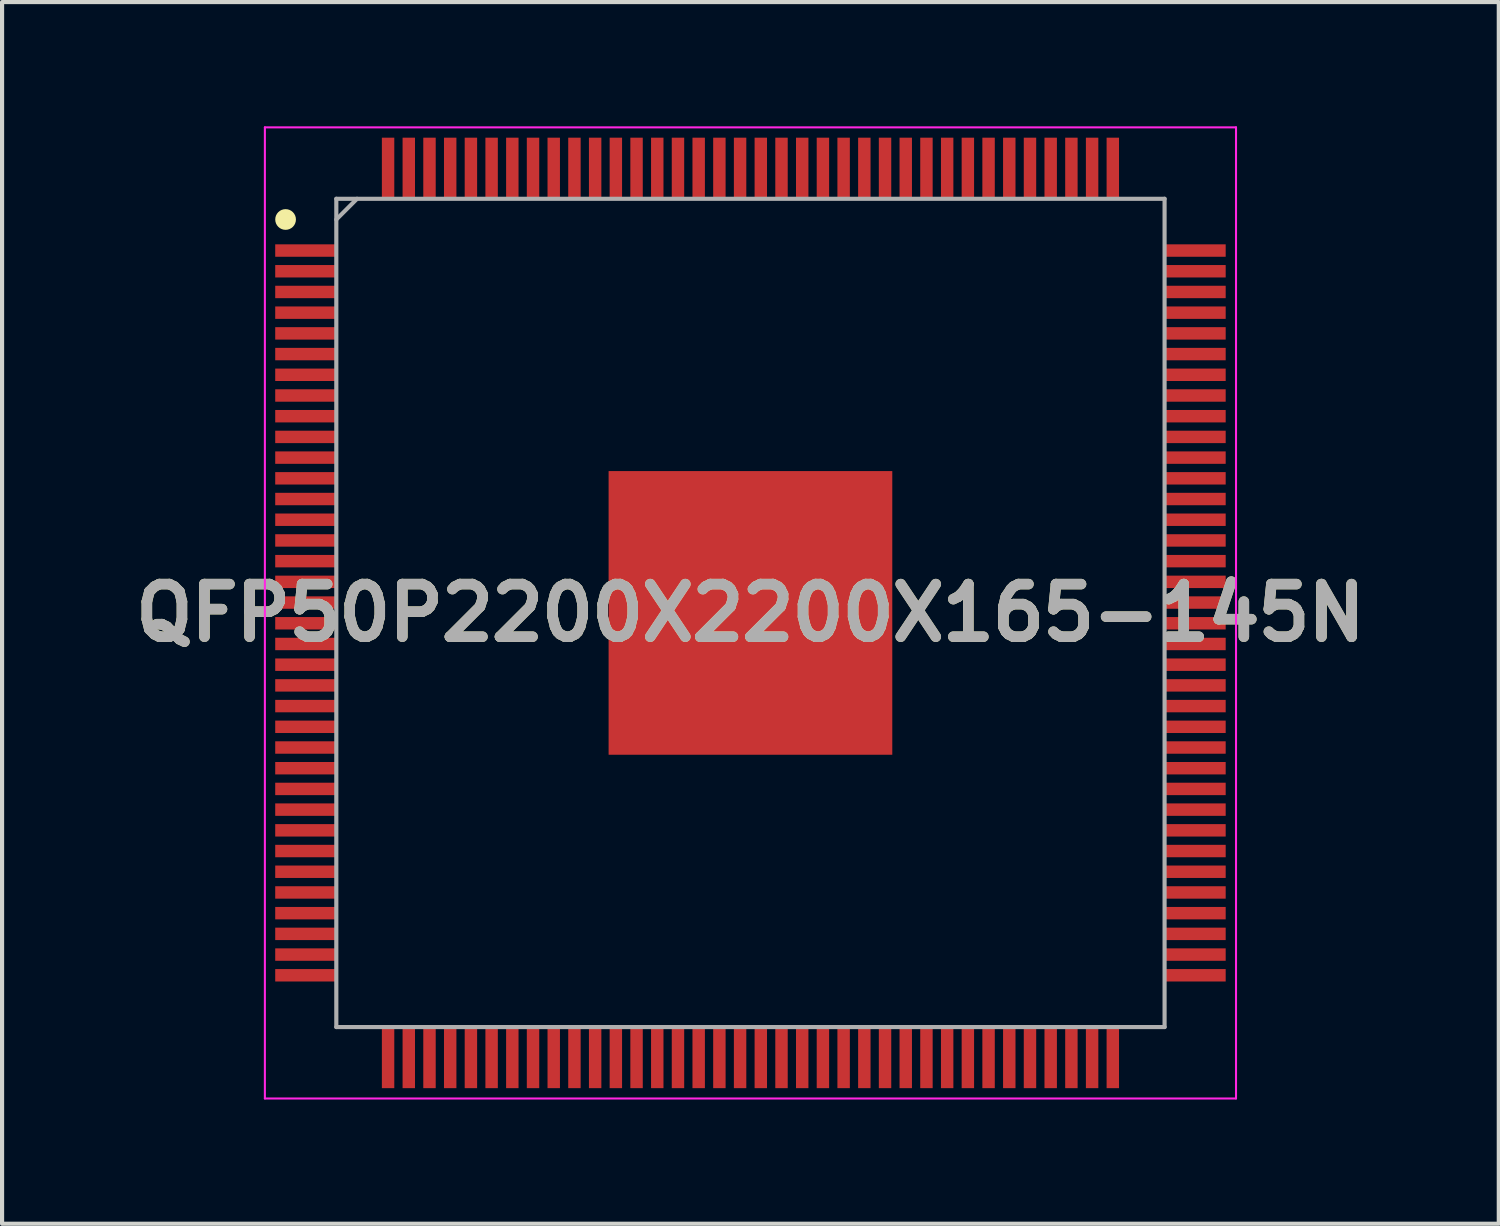
<source format=kicad_pcb>
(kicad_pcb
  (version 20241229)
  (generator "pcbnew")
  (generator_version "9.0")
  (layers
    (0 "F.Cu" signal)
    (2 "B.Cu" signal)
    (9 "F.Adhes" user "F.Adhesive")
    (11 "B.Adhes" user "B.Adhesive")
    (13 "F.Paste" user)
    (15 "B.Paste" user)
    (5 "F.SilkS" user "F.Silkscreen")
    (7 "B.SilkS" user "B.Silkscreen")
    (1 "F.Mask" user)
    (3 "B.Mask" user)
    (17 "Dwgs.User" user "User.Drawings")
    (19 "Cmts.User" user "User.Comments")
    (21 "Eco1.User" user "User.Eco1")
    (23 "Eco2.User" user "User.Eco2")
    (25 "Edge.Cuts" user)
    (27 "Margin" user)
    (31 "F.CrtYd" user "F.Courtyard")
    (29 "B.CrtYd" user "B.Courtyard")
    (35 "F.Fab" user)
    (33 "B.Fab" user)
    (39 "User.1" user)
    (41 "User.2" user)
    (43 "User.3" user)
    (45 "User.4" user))
  (footprint "QFP50P2200X2200X165-145N"
    (layer "F.Cu")
    (at 15.071 11.75)
    (property "Reference" "QFP50P2200X2200X165-145N" (at 0 0 0) (layer "F.SilkS") (effects (font (size 1.27 1.27) (thickness 0.254))))
    (attr smd)
    (fp_circle (center -11.225 -9.5) (end -11.225 -9.375) (stroke (width 0.25) (type solid)) (fill no) (layer "F.SilkS"))
    (fp_line (start -11.725 -11.725) (end 11.725 -11.725) (stroke (width 0.05) (type solid)) (layer "F.CrtYd"))
    (fp_line (start -11.725 11.725) (end -11.725 -11.725) (stroke (width 0.05) (type solid)) (layer "F.CrtYd"))
    (fp_line (start 11.725 -11.725) (end 11.725 11.725) (stroke (width 0.05) (type solid)) (layer "F.CrtYd"))
    (fp_line (start 11.725 11.725) (end -11.725 11.725) (stroke (width 0.05) (type solid)) (layer "F.CrtYd"))
    (fp_line (start -10 -10) (end 10 -10) (stroke (width 0.1) (type solid)) (layer "F.Fab"))
    (fp_line (start -10 -9.5) (end -9.5 -10) (stroke (width 0.1) (type solid)) (layer "F.Fab"))
    (fp_line (start -10 10) (end -10 -10) (stroke (width 0.1) (type solid)) (layer "F.Fab"))
    (fp_line (start 10 -10) (end 10 10) (stroke (width 0.1) (type solid)) (layer "F.Fab"))
    (fp_line (start 10 10) (end -10 10) (stroke (width 0.1) (type solid)) (layer "F.Fab"))
    (fp_text user "${REFERENCE}" (at 0 0 0) (layer "F.Fab") (effects (font (size 1.27 1.27) (thickness 0.254))))
    (pad "1" smd rect (at -10.738 -8.75 90) (size 0.3 1.475) (layers "F.Cu" "F.Mask" "F.Paste"))
    (pad "2" smd rect (at -10.738 -8.25 90) (size 0.3 1.475) (layers "F.Cu" "F.Mask" "F.Paste"))
    (pad "3" smd rect (at -10.738 -7.75 90) (size 0.3 1.475) (layers "F.Cu" "F.Mask" "F.Paste"))
    (pad "4" smd rect (at -10.738 -7.25 90) (size 0.3 1.475) (layers "F.Cu" "F.Mask" "F.Paste"))
    (pad "5" smd rect (at -10.738 -6.75 90) (size 0.3 1.475) (layers "F.Cu" "F.Mask" "F.Paste"))
    (pad "6" smd rect (at -10.738 -6.25 90) (size 0.3 1.475) (layers "F.Cu" "F.Mask" "F.Paste"))
    (pad "7" smd rect (at -10.738 -5.75 90) (size 0.3 1.475) (layers "F.Cu" "F.Mask" "F.Paste"))
    (pad "8" smd rect (at -10.738 -5.25 90) (size 0.3 1.475) (layers "F.Cu" "F.Mask" "F.Paste"))
    (pad "9" smd rect (at -10.738 -4.75 90) (size 0.3 1.475) (layers "F.Cu" "F.Mask" "F.Paste"))
    (pad "10" smd rect (at -10.738 -4.25 90) (size 0.3 1.475) (layers "F.Cu" "F.Mask" "F.Paste"))
    (pad "11" smd rect (at -10.738 -3.75 90) (size 0.3 1.475) (layers "F.Cu" "F.Mask" "F.Paste"))
    (pad "12" smd rect (at -10.738 -3.25 90) (size 0.3 1.475) (layers "F.Cu" "F.Mask" "F.Paste"))
    (pad "13" smd rect (at -10.738 -2.75 90) (size 0.3 1.475) (layers "F.Cu" "F.Mask" "F.Paste"))
    (pad "14" smd rect (at -10.738 -2.25 90) (size 0.3 1.475) (layers "F.Cu" "F.Mask" "F.Paste"))
    (pad "15" smd rect (at -10.738 -1.75 90) (size 0.3 1.475) (layers "F.Cu" "F.Mask" "F.Paste"))
    (pad "16" smd rect (at -10.738 -1.25 90) (size 0.3 1.475) (layers "F.Cu" "F.Mask" "F.Paste"))
    (pad "17" smd rect (at -10.738 -0.75 90) (size 0.3 1.475) (layers "F.Cu" "F.Mask" "F.Paste"))
    (pad "18" smd rect (at -10.738 -0.25 90) (size 0.3 1.475) (layers "F.Cu" "F.Mask" "F.Paste"))
    (pad "19" smd rect (at -10.738 0.25 90) (size 0.3 1.475) (layers "F.Cu" "F.Mask" "F.Paste"))
    (pad "20" smd rect (at -10.738 0.75 90) (size 0.3 1.475) (layers "F.Cu" "F.Mask" "F.Paste"))
    (pad "21" smd rect (at -10.738 1.25 90) (size 0.3 1.475) (layers "F.Cu" "F.Mask" "F.Paste"))
    (pad "22" smd rect (at -10.738 1.75 90) (size 0.3 1.475) (layers "F.Cu" "F.Mask" "F.Paste"))
    (pad "23" smd rect (at -10.738 2.25 90) (size 0.3 1.475) (layers "F.Cu" "F.Mask" "F.Paste"))
    (pad "24" smd rect (at -10.738 2.75 90) (size 0.3 1.475) (layers "F.Cu" "F.Mask" "F.Paste"))
    (pad "25" smd rect (at -10.738 3.25 90) (size 0.3 1.475) (layers "F.Cu" "F.Mask" "F.Paste"))
    (pad "26" smd rect (at -10.738 3.75 90) (size 0.3 1.475) (layers "F.Cu" "F.Mask" "F.Paste"))
    (pad "27" smd rect (at -10.738 4.25 90) (size 0.3 1.475) (layers "F.Cu" "F.Mask" "F.Paste"))
    (pad "28" smd rect (at -10.738 4.75 90) (size 0.3 1.475) (layers "F.Cu" "F.Mask" "F.Paste"))
    (pad "29" smd rect (at -10.738 5.25 90) (size 0.3 1.475) (layers "F.Cu" "F.Mask" "F.Paste"))
    (pad "30" smd rect (at -10.738 5.75 90) (size 0.3 1.475) (layers "F.Cu" "F.Mask" "F.Paste"))
    (pad "31" smd rect (at -10.738 6.25 90) (size 0.3 1.475) (layers "F.Cu" "F.Mask" "F.Paste"))
    (pad "32" smd rect (at -10.738 6.75 90) (size 0.3 1.475) (layers "F.Cu" "F.Mask" "F.Paste"))
    (pad "33" smd rect (at -10.738 7.25 90) (size 0.3 1.475) (layers "F.Cu" "F.Mask" "F.Paste"))
    (pad "34" smd rect (at -10.738 7.75 90) (size 0.3 1.475) (layers "F.Cu" "F.Mask" "F.Paste"))
    (pad "35" smd rect (at -10.738 8.25 90) (size 0.3 1.475) (layers "F.Cu" "F.Mask" "F.Paste"))
    (pad "36" smd rect (at -10.738 8.75 90) (size 0.3 1.475) (layers "F.Cu" "F.Mask" "F.Paste"))
    (pad "37" smd rect (at -8.75 10.738) (size 0.3 1.475) (layers "F.Cu" "F.Mask" "F.Paste"))
    (pad "38" smd rect (at -8.25 10.738) (size 0.3 1.475) (layers "F.Cu" "F.Mask" "F.Paste"))
    (pad "39" smd rect (at -7.75 10.738) (size 0.3 1.475) (layers "F.Cu" "F.Mask" "F.Paste"))
    (pad "40" smd rect (at -7.25 10.738) (size 0.3 1.475) (layers "F.Cu" "F.Mask" "F.Paste"))
    (pad "41" smd rect (at -6.75 10.738) (size 0.3 1.475) (layers "F.Cu" "F.Mask" "F.Paste"))
    (pad "42" smd rect (at -6.25 10.738) (size 0.3 1.475) (layers "F.Cu" "F.Mask" "F.Paste"))
    (pad "43" smd rect (at -5.75 10.738) (size 0.3 1.475) (layers "F.Cu" "F.Mask" "F.Paste"))
    (pad "44" smd rect (at -5.25 10.738) (size 0.3 1.475) (layers "F.Cu" "F.Mask" "F.Paste"))
    (pad "45" smd rect (at -4.75 10.738) (size 0.3 1.475) (layers "F.Cu" "F.Mask" "F.Paste"))
    (pad "46" smd rect (at -4.25 10.738) (size 0.3 1.475) (layers "F.Cu" "F.Mask" "F.Paste"))
    (pad "47" smd rect (at -3.75 10.738) (size 0.3 1.475) (layers "F.Cu" "F.Mask" "F.Paste"))
    (pad "48" smd rect (at -3.25 10.738) (size 0.3 1.475) (layers "F.Cu" "F.Mask" "F.Paste"))
    (pad "49" smd rect (at -2.75 10.738) (size 0.3 1.475) (layers "F.Cu" "F.Mask" "F.Paste"))
    (pad "50" smd rect (at -2.25 10.738) (size 0.3 1.475) (layers "F.Cu" "F.Mask" "F.Paste"))
    (pad "51" smd rect (at -1.75 10.738) (size 0.3 1.475) (layers "F.Cu" "F.Mask" "F.Paste"))
    (pad "52" smd rect (at -1.25 10.738) (size 0.3 1.475) (layers "F.Cu" "F.Mask" "F.Paste"))
    (pad "53" smd rect (at -0.75 10.738) (size 0.3 1.475) (layers "F.Cu" "F.Mask" "F.Paste"))
    (pad "54" smd rect (at -0.25 10.738) (size 0.3 1.475) (layers "F.Cu" "F.Mask" "F.Paste"))
    (pad "55" smd rect (at 0.25 10.738) (size 0.3 1.475) (layers "F.Cu" "F.Mask" "F.Paste"))
    (pad "56" smd rect (at 0.75 10.738) (size 0.3 1.475) (layers "F.Cu" "F.Mask" "F.Paste"))
    (pad "57" smd rect (at 1.25 10.738) (size 0.3 1.475) (layers "F.Cu" "F.Mask" "F.Paste"))
    (pad "58" smd rect (at 1.75 10.738) (size 0.3 1.475) (layers "F.Cu" "F.Mask" "F.Paste"))
    (pad "59" smd rect (at 2.25 10.738) (size 0.3 1.475) (layers "F.Cu" "F.Mask" "F.Paste"))
    (pad "60" smd rect (at 2.75 10.738) (size 0.3 1.475) (layers "F.Cu" "F.Mask" "F.Paste"))
    (pad "61" smd rect (at 3.25 10.738) (size 0.3 1.475) (layers "F.Cu" "F.Mask" "F.Paste"))
    (pad "62" smd rect (at 3.75 10.738) (size 0.3 1.475) (layers "F.Cu" "F.Mask" "F.Paste"))
    (pad "63" smd rect (at 4.25 10.738) (size 0.3 1.475) (layers "F.Cu" "F.Mask" "F.Paste"))
    (pad "64" smd rect (at 4.75 10.738) (size 0.3 1.475) (layers "F.Cu" "F.Mask" "F.Paste"))
    (pad "65" smd rect (at 5.25 10.738) (size 0.3 1.475) (layers "F.Cu" "F.Mask" "F.Paste"))
    (pad "66" smd rect (at 5.75 10.738) (size 0.3 1.475) (layers "F.Cu" "F.Mask" "F.Paste"))
    (pad "67" smd rect (at 6.25 10.738) (size 0.3 1.475) (layers "F.Cu" "F.Mask" "F.Paste"))
    (pad "68" smd rect (at 6.75 10.738) (size 0.3 1.475) (layers "F.Cu" "F.Mask" "F.Paste"))
    (pad "69" smd rect (at 7.25 10.738) (size 0.3 1.475) (layers "F.Cu" "F.Mask" "F.Paste"))
    (pad "70" smd rect (at 7.75 10.738) (size 0.3 1.475) (layers "F.Cu" "F.Mask" "F.Paste"))
    (pad "71" smd rect (at 8.25 10.738) (size 0.3 1.475) (layers "F.Cu" "F.Mask" "F.Paste"))
    (pad "72" smd rect (at 8.75 10.738) (size 0.3 1.475) (layers "F.Cu" "F.Mask" "F.Paste"))
    (pad "73" smd rect (at 10.738 8.75 90) (size 0.3 1.475) (layers "F.Cu" "F.Mask" "F.Paste"))
    (pad "74" smd rect (at 10.738 8.25 90) (size 0.3 1.475) (layers "F.Cu" "F.Mask" "F.Paste"))
    (pad "75" smd rect (at 10.738 7.75 90) (size 0.3 1.475) (layers "F.Cu" "F.Mask" "F.Paste"))
    (pad "76" smd rect (at 10.738 7.25 90) (size 0.3 1.475) (layers "F.Cu" "F.Mask" "F.Paste"))
    (pad "77" smd rect (at 10.738 6.75 90) (size 0.3 1.475) (layers "F.Cu" "F.Mask" "F.Paste"))
    (pad "78" smd rect (at 10.738 6.25 90) (size 0.3 1.475) (layers "F.Cu" "F.Mask" "F.Paste"))
    (pad "79" smd rect (at 10.738 5.75 90) (size 0.3 1.475) (layers "F.Cu" "F.Mask" "F.Paste"))
    (pad "80" smd rect (at 10.738 5.25 90) (size 0.3 1.475) (layers "F.Cu" "F.Mask" "F.Paste"))
    (pad "81" smd rect (at 10.738 4.75 90) (size 0.3 1.475) (layers "F.Cu" "F.Mask" "F.Paste"))
    (pad "82" smd rect (at 10.738 4.25 90) (size 0.3 1.475) (layers "F.Cu" "F.Mask" "F.Paste"))
    (pad "83" smd rect (at 10.738 3.75 90) (size 0.3 1.475) (layers "F.Cu" "F.Mask" "F.Paste"))
    (pad "84" smd rect (at 10.738 3.25 90) (size 0.3 1.475) (layers "F.Cu" "F.Mask" "F.Paste"))
    (pad "85" smd rect (at 10.738 2.75 90) (size 0.3 1.475) (layers "F.Cu" "F.Mask" "F.Paste"))
    (pad "86" smd rect (at 10.738 2.25 90) (size 0.3 1.475) (layers "F.Cu" "F.Mask" "F.Paste"))
    (pad "87" smd rect (at 10.738 1.75 90) (size 0.3 1.475) (layers "F.Cu" "F.Mask" "F.Paste"))
    (pad "88" smd rect (at 10.738 1.25 90) (size 0.3 1.475) (layers "F.Cu" "F.Mask" "F.Paste"))
    (pad "89" smd rect (at 10.738 0.75 90) (size 0.3 1.475) (layers "F.Cu" "F.Mask" "F.Paste"))
    (pad "90" smd rect (at 10.738 0.25 90) (size 0.3 1.475) (layers "F.Cu" "F.Mask" "F.Paste"))
    (pad "91" smd rect (at 10.738 -0.25 90) (size 0.3 1.475) (layers "F.Cu" "F.Mask" "F.Paste"))
    (pad "92" smd rect (at 10.738 -0.75 90) (size 0.3 1.475) (layers "F.Cu" "F.Mask" "F.Paste"))
    (pad "93" smd rect (at 10.738 -1.25 90) (size 0.3 1.475) (layers "F.Cu" "F.Mask" "F.Paste"))
    (pad "94" smd rect (at 10.738 -1.75 90) (size 0.3 1.475) (layers "F.Cu" "F.Mask" "F.Paste"))
    (pad "95" smd rect (at 10.738 -2.25 90) (size 0.3 1.475) (layers "F.Cu" "F.Mask" "F.Paste"))
    (pad "96" smd rect (at 10.738 -2.75 90) (size 0.3 1.475) (layers "F.Cu" "F.Mask" "F.Paste"))
    (pad "97" smd rect (at 10.738 -3.25 90) (size 0.3 1.475) (layers "F.Cu" "F.Mask" "F.Paste"))
    (pad "98" smd rect (at 10.738 -3.75 90) (size 0.3 1.475) (layers "F.Cu" "F.Mask" "F.Paste"))
    (pad "99" smd rect (at 10.738 -4.25 90) (size 0.3 1.475) (layers "F.Cu" "F.Mask" "F.Paste"))
    (pad "100" smd rect (at 10.738 -4.75 90) (size 0.3 1.475) (layers "F.Cu" "F.Mask" "F.Paste"))
    (pad "101" smd rect (at 10.738 -5.25 90) (size 0.3 1.475) (layers "F.Cu" "F.Mask" "F.Paste"))
    (pad "102" smd rect (at 10.738 -5.75 90) (size 0.3 1.475) (layers "F.Cu" "F.Mask" "F.Paste"))
    (pad "103" smd rect (at 10.738 -6.25 90) (size 0.3 1.475) (layers "F.Cu" "F.Mask" "F.Paste"))
    (pad "104" smd rect (at 10.738 -6.75 90) (size 0.3 1.475) (layers "F.Cu" "F.Mask" "F.Paste"))
    (pad "105" smd rect (at 10.738 -7.25 90) (size 0.3 1.475) (layers "F.Cu" "F.Mask" "F.Paste"))
    (pad "106" smd rect (at 10.738 -7.75 90) (size 0.3 1.475) (layers "F.Cu" "F.Mask" "F.Paste"))
    (pad "107" smd rect (at 10.738 -8.25 90) (size 0.3 1.475) (layers "F.Cu" "F.Mask" "F.Paste"))
    (pad "108" smd rect (at 10.738 -8.75 90) (size 0.3 1.475) (layers "F.Cu" "F.Mask" "F.Paste"))
    (pad "109" smd rect (at 8.75 -10.738) (size 0.3 1.475) (layers "F.Cu" "F.Mask" "F.Paste"))
    (pad "110" smd rect (at 8.25 -10.738) (size 0.3 1.475) (layers "F.Cu" "F.Mask" "F.Paste"))
    (pad "111" smd rect (at 7.75 -10.738) (size 0.3 1.475) (layers "F.Cu" "F.Mask" "F.Paste"))
    (pad "112" smd rect (at 7.25 -10.738) (size 0.3 1.475) (layers "F.Cu" "F.Mask" "F.Paste"))
    (pad "113" smd rect (at 6.75 -10.738) (size 0.3 1.475) (layers "F.Cu" "F.Mask" "F.Paste"))
    (pad "114" smd rect (at 6.25 -10.738) (size 0.3 1.475) (layers "F.Cu" "F.Mask" "F.Paste"))
    (pad "115" smd rect (at 5.75 -10.738) (size 0.3 1.475) (layers "F.Cu" "F.Mask" "F.Paste"))
    (pad "116" smd rect (at 5.25 -10.738) (size 0.3 1.475) (layers "F.Cu" "F.Mask" "F.Paste"))
    (pad "117" smd rect (at 4.75 -10.738) (size 0.3 1.475) (layers "F.Cu" "F.Mask" "F.Paste"))
    (pad "118" smd rect (at 4.25 -10.738) (size 0.3 1.475) (layers "F.Cu" "F.Mask" "F.Paste"))
    (pad "119" smd rect (at 3.75 -10.738) (size 0.3 1.475) (layers "F.Cu" "F.Mask" "F.Paste"))
    (pad "120" smd rect (at 3.25 -10.738) (size 0.3 1.475) (layers "F.Cu" "F.Mask" "F.Paste"))
    (pad "121" smd rect (at 2.75 -10.738) (size 0.3 1.475) (layers "F.Cu" "F.Mask" "F.Paste"))
    (pad "122" smd rect (at 2.25 -10.738) (size 0.3 1.475) (layers "F.Cu" "F.Mask" "F.Paste"))
    (pad "123" smd rect (at 1.75 -10.738) (size 0.3 1.475) (layers "F.Cu" "F.Mask" "F.Paste"))
    (pad "124" smd rect (at 1.25 -10.738) (size 0.3 1.475) (layers "F.Cu" "F.Mask" "F.Paste"))
    (pad "125" smd rect (at 0.75 -10.738) (size 0.3 1.475) (layers "F.Cu" "F.Mask" "F.Paste"))
    (pad "126" smd rect (at 0.25 -10.738) (size 0.3 1.475) (layers "F.Cu" "F.Mask" "F.Paste"))
    (pad "127" smd rect (at -0.25 -10.738) (size 0.3 1.475) (layers "F.Cu" "F.Mask" "F.Paste"))
    (pad "128" smd rect (at -0.75 -10.738) (size 0.3 1.475) (layers "F.Cu" "F.Mask" "F.Paste"))
    (pad "129" smd rect (at -1.25 -10.738) (size 0.3 1.475) (layers "F.Cu" "F.Mask" "F.Paste"))
    (pad "130" smd rect (at -1.75 -10.738) (size 0.3 1.475) (layers "F.Cu" "F.Mask" "F.Paste"))
    (pad "131" smd rect (at -2.25 -10.738) (size 0.3 1.475) (layers "F.Cu" "F.Mask" "F.Paste"))
    (pad "132" smd rect (at -2.75 -10.738) (size 0.3 1.475) (layers "F.Cu" "F.Mask" "F.Paste"))
    (pad "133" smd rect (at -3.25 -10.738) (size 0.3 1.475) (layers "F.Cu" "F.Mask" "F.Paste"))
    (pad "134" smd rect (at -3.75 -10.738) (size 0.3 1.475) (layers "F.Cu" "F.Mask" "F.Paste"))
    (pad "135" smd rect (at -4.25 -10.738) (size 0.3 1.475) (layers "F.Cu" "F.Mask" "F.Paste"))
    (pad "136" smd rect (at -4.75 -10.738) (size 0.3 1.475) (layers "F.Cu" "F.Mask" "F.Paste"))
    (pad "137" smd rect (at -5.25 -10.738) (size 0.3 1.475) (layers "F.Cu" "F.Mask" "F.Paste"))
    (pad "138" smd rect (at -5.75 -10.738) (size 0.3 1.475) (layers "F.Cu" "F.Mask" "F.Paste"))
    (pad "139" smd rect (at -6.25 -10.738) (size 0.3 1.475) (layers "F.Cu" "F.Mask" "F.Paste"))
    (pad "140" smd rect (at -6.75 -10.738) (size 0.3 1.475) (layers "F.Cu" "F.Mask" "F.Paste"))
    (pad "141" smd rect (at -7.25 -10.738) (size 0.3 1.475) (layers "F.Cu" "F.Mask" "F.Paste"))
    (pad "142" smd rect (at -7.75 -10.738) (size 0.3 1.475) (layers "F.Cu" "F.Mask" "F.Paste"))
    (pad "143" smd rect (at -8.25 -10.738) (size 0.3 1.475) (layers "F.Cu" "F.Mask" "F.Paste"))
    (pad "144" smd rect (at -8.75 -10.738) (size 0.3 1.475) (layers "F.Cu" "F.Mask" "F.Paste"))
    (pad "145" smd rect (at 0 0) (size 6.85 6.85) (layers "F.Cu" "F.Mask" "F.Paste")))
  (gr_rect
    (start -3 -3)
    (end 33.141 26.5)
    (stroke (width 0.1) (type default))
    (fill no)
    (layer "Edge.Cuts")))
</source>
